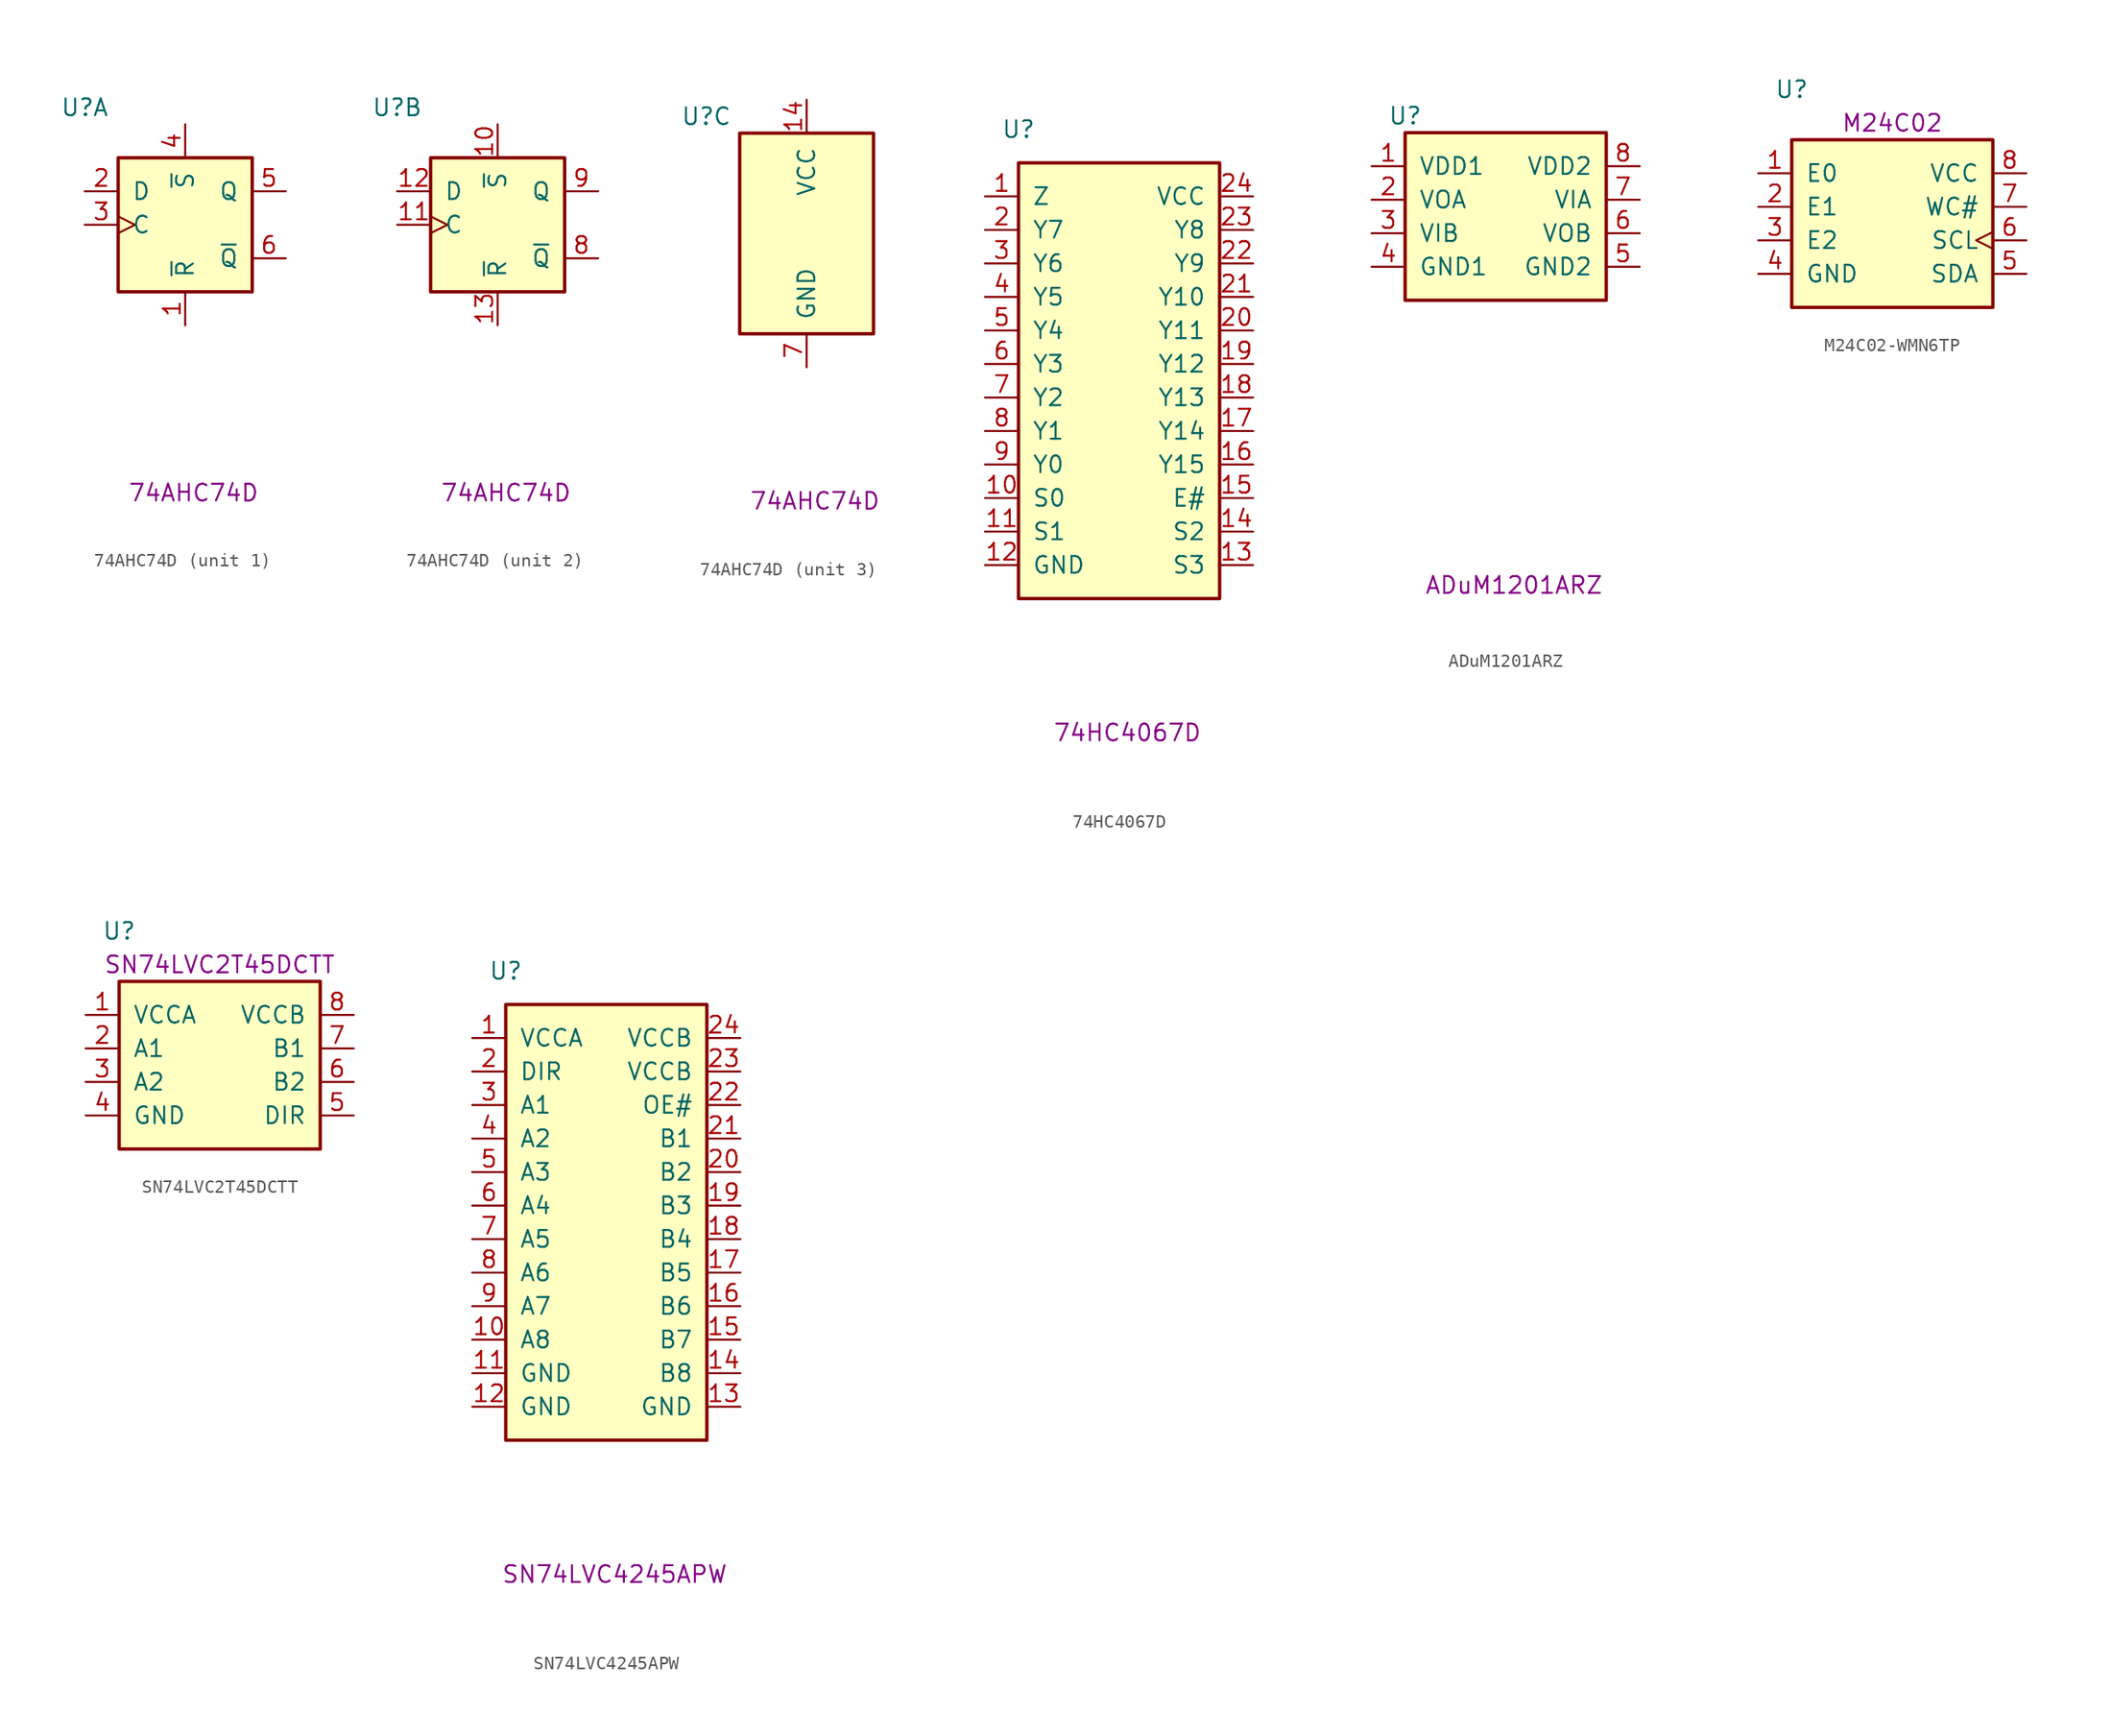
<source format=kicad_sym>
(kicad_symbol_lib
  (version 20211014)
  (generator kicad_symbol_editor)
  (symbol "74AHC74D"
    (pin_names
      (offset 1.016))
    (property "Reference" "U"
      (at -7.62 8.89 0)
      (effects (font (size 1.27 1.27))))
    (property "Comment" "74AHC74D"
      (at 0.635 -20.32 0)
      (effects (font (size 1.27 1.27))))
    (property "ki_locked" ""
      (at 0 0 0)
      (effects (font (size 1.27 1.27))))
    (symbol "74AHC74D_1_0"
      (pin input line (at 0 -7.62 90) (length 2.54) (name "~{R}" (effects (font (size 1.27 1.27)))) (number "1" (effects (font (size 1.27 1.27)))))
      (pin input line (at -7.62 2.54 0) (length 2.54) (name "D" (effects (font (size 1.27 1.27)))) (number "2" (effects (font (size 1.27 1.27)))))
      (pin input clock (at -7.62 0 0) (length 2.54) (name "C" (effects (font (size 1.27 1.27)))) (number "3" (effects (font (size 1.27 1.27)))))
      (pin input line (at 0 7.62 270) (length 2.54) (name "~{S}" (effects (font (size 1.27 1.27)))) (number "4" (effects (font (size 1.27 1.27)))))
      (pin output line (at 7.62 2.54 180) (length 2.54) (name "Q" (effects (font (size 1.27 1.27)))) (number "5" (effects (font (size 1.27 1.27)))))
      (pin output line (at 7.62 -2.54 180) (length 2.54) (name "~{Q}" (effects (font (size 1.27 1.27)))) (number "6" (effects (font (size 1.27 1.27))))))
    (symbol "74AHC74D_1_1"
      (rectangle (start -5.08 5.08) (end 5.08 -5.08) (stroke (width 0.254) (type default) (color 0 0 0 0)) (fill (type background))))
    (symbol "74AHC74D_2_0"
      (pin input line (at 0 7.62 270) (length 2.54) (name "~{S}" (effects (font (size 1.27 1.27)))) (number "10" (effects (font (size 1.27 1.27)))))
      (pin input clock (at -7.62 0 0) (length 2.54) (name "C" (effects (font (size 1.27 1.27)))) (number "11" (effects (font (size 1.27 1.27)))))
      (pin input line (at -7.62 2.54 0) (length 2.54) (name "D" (effects (font (size 1.27 1.27)))) (number "12" (effects (font (size 1.27 1.27)))))
      (pin input line (at 0 -7.62 90) (length 2.54) (name "~{R}" (effects (font (size 1.27 1.27)))) (number "13" (effects (font (size 1.27 1.27)))))
      (pin output line (at 7.62 -2.54 180) (length 2.54) (name "~{Q}" (effects (font (size 1.27 1.27)))) (number "8" (effects (font (size 1.27 1.27)))))
      (pin output line (at 7.62 2.54 180) (length 2.54) (name "Q" (effects (font (size 1.27 1.27)))) (number "9" (effects (font (size 1.27 1.27))))))
    (symbol "74AHC74D_2_1"
      (rectangle (start -5.08 5.08) (end 5.08 -5.08) (stroke (width 0.254) (type default) (color 0 0 0 0)) (fill (type background))))
    (symbol "74AHC74D_3_0"
      (pin power_in line (at 0 10.16 270) (length 2.54) (name "VCC" (effects (font (size 1.27 1.27)))) (number "14" (effects (font (size 1.27 1.27)))))
      (pin power_in line (at 0 -10.16 90) (length 2.54) (name "GND" (effects (font (size 1.27 1.27)))) (number "7" (effects (font (size 1.27 1.27))))))
    (symbol "74AHC74D_3_1"
      (rectangle (start -5.08 7.62) (end 5.08 -7.62) (stroke (width 0.254) (type default) (color 0 0 0 0)) (fill (type background)))))
  (symbol "74HC4067D"
    (pin_names
      (offset 1.016))
    (property "Reference" "U"
      (at -7.62 17.78 0)
      (effects (font (size 1.27 1.27))))
    (property "Comment" "74HC4067D"
      (at 0.635 -27.94 0)
      (effects (font (size 1.27 1.27))))
    (symbol "74HC4067D_1_1"
      (rectangle (start -7.62 15.24) (end 7.62 -17.78) (stroke (width 0.254) (type default) (color 0 0 0 0)) (fill (type background)))
      (pin passive line (at -10.16 12.7 0) (length 2.54) (name "Z" (effects (font (size 1.27 1.27)))) (number "1" (effects (font (size 1.27 1.27)))))
      (pin input line (at -10.16 -10.16 0) (length 2.54) (name "S0" (effects (font (size 1.27 1.27)))) (number "10" (effects (font (size 1.27 1.27)))))
      (pin input line (at -10.16 -12.7 0) (length 2.54) (name "S1" (effects (font (size 1.27 1.27)))) (number "11" (effects (font (size 1.27 1.27)))))
      (pin power_in line (at -10.16 -15.24 0) (length 2.54) (name "GND" (effects (font (size 1.27 1.27)))) (number "12" (effects (font (size 1.27 1.27)))))
      (pin input line (at 10.16 -15.24 180) (length 2.54) (name "S3" (effects (font (size 1.27 1.27)))) (number "13" (effects (font (size 1.27 1.27)))))
      (pin input line (at 10.16 -12.7 180) (length 2.54) (name "S2" (effects (font (size 1.27 1.27)))) (number "14" (effects (font (size 1.27 1.27)))))
      (pin input line (at 10.16 -10.16 180) (length 2.54) (name "E#" (effects (font (size 1.27 1.27)))) (number "15" (effects (font (size 1.27 1.27)))))
      (pin passive line (at 10.16 -7.62 180) (length 2.54) (name "Y15" (effects (font (size 1.27 1.27)))) (number "16" (effects (font (size 1.27 1.27)))))
      (pin passive line (at 10.16 -5.08 180) (length 2.54) (name "Y14" (effects (font (size 1.27 1.27)))) (number "17" (effects (font (size 1.27 1.27)))))
      (pin passive line (at 10.16 -2.54 180) (length 2.54) (name "Y13" (effects (font (size 1.27 1.27)))) (number "18" (effects (font (size 1.27 1.27)))))
      (pin passive line (at 10.16 0 180) (length 2.54) (name "Y12" (effects (font (size 1.27 1.27)))) (number "19" (effects (font (size 1.27 1.27)))))
      (pin passive line (at -10.16 10.16 0) (length 2.54) (name "Y7" (effects (font (size 1.27 1.27)))) (number "2" (effects (font (size 1.27 1.27)))))
      (pin passive line (at 10.16 2.54 180) (length 2.54) (name "Y11" (effects (font (size 1.27 1.27)))) (number "20" (effects (font (size 1.27 1.27)))))
      (pin passive line (at 10.16 5.08 180) (length 2.54) (name "Y10" (effects (font (size 1.27 1.27)))) (number "21" (effects (font (size 1.27 1.27)))))
      (pin passive line (at 10.16 7.62 180) (length 2.54) (name "Y9" (effects (font (size 1.27 1.27)))) (number "22" (effects (font (size 1.27 1.27)))))
      (pin passive line (at 10.16 10.16 180) (length 2.54) (name "Y8" (effects (font (size 1.27 1.27)))) (number "23" (effects (font (size 1.27 1.27)))))
      (pin power_in line (at 10.16 12.7 180) (length 2.54) (name "VCC" (effects (font (size 1.27 1.27)))) (number "24" (effects (font (size 1.27 1.27)))))
      (pin passive line (at -10.16 7.62 0) (length 2.54) (name "Y6" (effects (font (size 1.27 1.27)))) (number "3" (effects (font (size 1.27 1.27)))))
      (pin passive line (at -10.16 5.08 0) (length 2.54) (name "Y5" (effects (font (size 1.27 1.27)))) (number "4" (effects (font (size 1.27 1.27)))))
      (pin passive line (at -10.16 2.54 0) (length 2.54) (name "Y4" (effects (font (size 1.27 1.27)))) (number "5" (effects (font (size 1.27 1.27)))))
      (pin passive line (at -10.16 0 0) (length 2.54) (name "Y3" (effects (font (size 1.27 1.27)))) (number "6" (effects (font (size 1.27 1.27)))))
      (pin passive line (at -10.16 -2.54 0) (length 2.54) (name "Y2" (effects (font (size 1.27 1.27)))) (number "7" (effects (font (size 1.27 1.27)))))
      (pin passive line (at -10.16 -5.08 0) (length 2.54) (name "Y1" (effects (font (size 1.27 1.27)))) (number "8" (effects (font (size 1.27 1.27)))))
      (pin passive line (at -10.16 -7.62 0) (length 2.54) (name "Y0" (effects (font (size 1.27 1.27)))) (number "9" (effects (font (size 1.27 1.27)))))))
  (symbol "ADuM1201ARZ"
    (pin_names
      (offset 1.016))
    (property "Reference" "U"
      (at -7.62 7.62 0)
      (effects (font (size 1.27 1.27))))
    (property "Comment" "ADuM1201ARZ"
      (at 0.635 -27.94 0)
      (effects (font (size 1.27 1.27))))
    (symbol "ADuM1201ARZ_1_1"
      (rectangle (start -7.62 6.35) (end 7.62 -6.35) (stroke (width 0.254) (type default) (color 0 0 0 0)) (fill (type background)))
      (pin power_in line (at -10.16 3.81 0) (length 2.54) (name "VDD1" (effects (font (size 1.27 1.27)))) (number "1" (effects (font (size 1.27 1.27)))))
      (pin output line (at -10.16 1.27 0) (length 2.54) (name "VOA" (effects (font (size 1.27 1.27)))) (number "2" (effects (font (size 1.27 1.27)))))
      (pin input line (at -10.16 -1.27 0) (length 2.54) (name "VIB" (effects (font (size 1.27 1.27)))) (number "3" (effects (font (size 1.27 1.27)))))
      (pin power_in line (at -10.16 -3.81 0) (length 2.54) (name "GND1" (effects (font (size 1.27 1.27)))) (number "4" (effects (font (size 1.27 1.27)))))
      (pin power_in line (at 10.16 -3.81 180) (length 2.54) (name "GND2" (effects (font (size 1.27 1.27)))) (number "5" (effects (font (size 1.27 1.27)))))
      (pin output line (at 10.16 -1.27 180) (length 2.54) (name "VOB" (effects (font (size 1.27 1.27)))) (number "6" (effects (font (size 1.27 1.27)))))
      (pin input line (at 10.16 1.27 180) (length 2.54) (name "VIA" (effects (font (size 1.27 1.27)))) (number "7" (effects (font (size 1.27 1.27)))))
      (pin power_in line (at 10.16 3.81 180) (length 2.54) (name "VDD2" (effects (font (size 1.27 1.27)))) (number "8" (effects (font (size 1.27 1.27)))))))
  (symbol "M24C02-WMN6TP"
    (pin_names
      (offset 1.016))
    (property "Reference" "U"
      (at -7.62 10.16 0)
      (effects (font (size 1.27 1.27))))
    (property "Comment" "M24C02"
      (at 0 7.62 0)
      (effects (font (size 1.27 1.27))))
    (symbol "M24C02-WMN6TP_1_1"
      (rectangle (start -7.62 6.35) (end 7.62 -6.35) (stroke (width 0.254) (type default) (color 0 0 0 0)) (fill (type background)))
      (pin input line (at -10.16 3.81 0) (length 2.54) (name "E0" (effects (font (size 1.27 1.27)))) (number "1" (effects (font (size 1.27 1.27)))))
      (pin input line (at -10.16 1.27 0) (length 2.54) (name "E1" (effects (font (size 1.27 1.27)))) (number "2" (effects (font (size 1.27 1.27)))))
      (pin input line (at -10.16 -1.27 0) (length 2.54) (name "E2" (effects (font (size 1.27 1.27)))) (number "3" (effects (font (size 1.27 1.27)))))
      (pin power_in line (at -10.16 -3.81 0) (length 2.54) (name "GND" (effects (font (size 1.27 1.27)))) (number "4" (effects (font (size 1.27 1.27)))))
      (pin bidirectional line (at 10.16 -3.81 180) (length 2.54) (name "SDA" (effects (font (size 1.27 1.27)))) (number "5" (effects (font (size 1.27 1.27)))))
      (pin input clock (at 10.16 -1.27 180) (length 2.54) (name "SCL" (effects (font (size 1.27 1.27)))) (number "6" (effects (font (size 1.27 1.27)))))
      (pin input line (at 10.16 1.27 180) (length 2.54) (name "WC#" (effects (font (size 1.27 1.27)))) (number "7" (effects (font (size 1.27 1.27)))))
      (pin power_in line (at 10.16 3.81 180) (length 2.54) (name "VCC" (effects (font (size 1.27 1.27)))) (number "8" (effects (font (size 1.27 1.27)))))))
  (symbol "SN74LVC2T45DCTT"
    (pin_names
      (offset 1.016))
    (property "Reference" "U"
      (at -7.62 10.16 0)
      (effects (font (size 1.27 1.27))))
    (property "Comment" "SN74LVC2T45DCTT"
      (at 0 7.62 0)
      (effects (font (size 1.27 1.27))))
    (symbol "SN74LVC2T45DCTT_1_1"
      (rectangle (start -7.62 6.35) (end 7.62 -6.35) (stroke (width 0.254) (type default) (color 0 0 0 0)) (fill (type background)))
      (pin power_in line (at -10.16 3.81 0) (length 2.54) (name "VCCA" (effects (font (size 1.27 1.27)))) (number "1" (effects (font (size 1.27 1.27)))))
      (pin bidirectional line (at -10.16 1.27 0) (length 2.54) (name "A1" (effects (font (size 1.27 1.27)))) (number "2" (effects (font (size 1.27 1.27)))))
      (pin bidirectional line (at -10.16 -1.27 0) (length 2.54) (name "A2" (effects (font (size 1.27 1.27)))) (number "3" (effects (font (size 1.27 1.27)))))
      (pin power_in line (at -10.16 -3.81 0) (length 2.54) (name "GND" (effects (font (size 1.27 1.27)))) (number "4" (effects (font (size 1.27 1.27)))))
      (pin input line (at 10.16 -3.81 180) (length 2.54) (name "DIR" (effects (font (size 1.27 1.27)))) (number "5" (effects (font (size 1.27 1.27)))))
      (pin bidirectional line (at 10.16 -1.27 180) (length 2.54) (name "B2" (effects (font (size 1.27 1.27)))) (number "6" (effects (font (size 1.27 1.27)))))
      (pin bidirectional line (at 10.16 1.27 180) (length 2.54) (name "B1" (effects (font (size 1.27 1.27)))) (number "7" (effects (font (size 1.27 1.27)))))
      (pin power_in line (at 10.16 3.81 180) (length 2.54) (name "VCCB" (effects (font (size 1.27 1.27)))) (number "8" (effects (font (size 1.27 1.27)))))))
  (symbol "SN74LVC4245APW"
    (pin_names
      (offset 1.016))
    (property "Reference" "U"
      (at -7.62 17.78 0)
      (effects (font (size 1.27 1.27))))
    (property "Comment" "SN74LVC4245APW"
      (at 0.635 -27.94 0)
      (effects (font (size 1.27 1.27))))
    (symbol "SN74LVC4245APW_1_1"
      (rectangle (start -7.62 15.24) (end 7.62 -17.78) (stroke (width 0.254) (type default) (color 0 0 0 0)) (fill (type background)))
      (pin power_in line (at -10.16 12.7 0) (length 2.54) (name "VCCA" (effects (font (size 1.27 1.27)))) (number "1" (effects (font (size 1.27 1.27)))))
      (pin bidirectional line (at -10.16 -10.16 0) (length 2.54) (name "A8" (effects (font (size 1.27 1.27)))) (number "10" (effects (font (size 1.27 1.27)))))
      (pin power_in line (at -10.16 -12.7 0) (length 2.54) (name "GND" (effects (font (size 1.27 1.27)))) (number "11" (effects (font (size 1.27 1.27)))))
      (pin power_in line (at -10.16 -15.24 0) (length 2.54) (name "GND" (effects (font (size 1.27 1.27)))) (number "12" (effects (font (size 1.27 1.27)))))
      (pin power_in line (at 10.16 -15.24 180) (length 2.54) (name "GND" (effects (font (size 1.27 1.27)))) (number "13" (effects (font (size 1.27 1.27)))))
      (pin bidirectional line (at 10.16 -12.7 180) (length 2.54) (name "B8" (effects (font (size 1.27 1.27)))) (number "14" (effects (font (size 1.27 1.27)))))
      (pin bidirectional line (at 10.16 -10.16 180) (length 2.54) (name "B7" (effects (font (size 1.27 1.27)))) (number "15" (effects (font (size 1.27 1.27)))))
      (pin bidirectional line (at 10.16 -7.62 180) (length 2.54) (name "B6" (effects (font (size 1.27 1.27)))) (number "16" (effects (font (size 1.27 1.27)))))
      (pin bidirectional line (at 10.16 -5.08 180) (length 2.54) (name "B5" (effects (font (size 1.27 1.27)))) (number "17" (effects (font (size 1.27 1.27)))))
      (pin bidirectional line (at 10.16 -2.54 180) (length 2.54) (name "B4" (effects (font (size 1.27 1.27)))) (number "18" (effects (font (size 1.27 1.27)))))
      (pin bidirectional line (at 10.16 0 180) (length 2.54) (name "B3" (effects (font (size 1.27 1.27)))) (number "19" (effects (font (size 1.27 1.27)))))
      (pin input line (at -10.16 10.16 0) (length 2.54) (name "DIR" (effects (font (size 1.27 1.27)))) (number "2" (effects (font (size 1.27 1.27)))))
      (pin bidirectional line (at 10.16 2.54 180) (length 2.54) (name "B2" (effects (font (size 1.27 1.27)))) (number "20" (effects (font (size 1.27 1.27)))))
      (pin bidirectional line (at 10.16 5.08 180) (length 2.54) (name "B1" (effects (font (size 1.27 1.27)))) (number "21" (effects (font (size 1.27 1.27)))))
      (pin passive line (at 10.16 7.62 180) (length 2.54) (name "OE#" (effects (font (size 1.27 1.27)))) (number "22" (effects (font (size 1.27 1.27)))))
      (pin power_in line (at 10.16 10.16 180) (length 2.54) (name "VCCB" (effects (font (size 1.27 1.27)))) (number "23" (effects (font (size 1.27 1.27)))))
      (pin power_in line (at 10.16 12.7 180) (length 2.54) (name "VCCB" (effects (font (size 1.27 1.27)))) (number "24" (effects (font (size 1.27 1.27)))))
      (pin bidirectional line (at -10.16 7.62 0) (length 2.54) (name "A1" (effects (font (size 1.27 1.27)))) (number "3" (effects (font (size 1.27 1.27)))))
      (pin bidirectional line (at -10.16 5.08 0) (length 2.54) (name "A2" (effects (font (size 1.27 1.27)))) (number "4" (effects (font (size 1.27 1.27)))))
      (pin bidirectional line (at -10.16 2.54 0) (length 2.54) (name "A3" (effects (font (size 1.27 1.27)))) (number "5" (effects (font (size 1.27 1.27)))))
      (pin bidirectional line (at -10.16 0 0) (length 2.54) (name "A4" (effects (font (size 1.27 1.27)))) (number "6" (effects (font (size 1.27 1.27)))))
      (pin bidirectional line (at -10.16 -2.54 0) (length 2.54) (name "A5" (effects (font (size 1.27 1.27)))) (number "7" (effects (font (size 1.27 1.27)))))
      (pin bidirectional line (at -10.16 -5.08 0) (length 2.54) (name "A6" (effects (font (size 1.27 1.27)))) (number "8" (effects (font (size 1.27 1.27)))))
      (pin bidirectional line (at -10.16 -7.62 0) (length 2.54) (name "A7" (effects (font (size 1.27 1.27)))) (number "9" (effects (font (size 1.27 1.27))))))))
</source>
